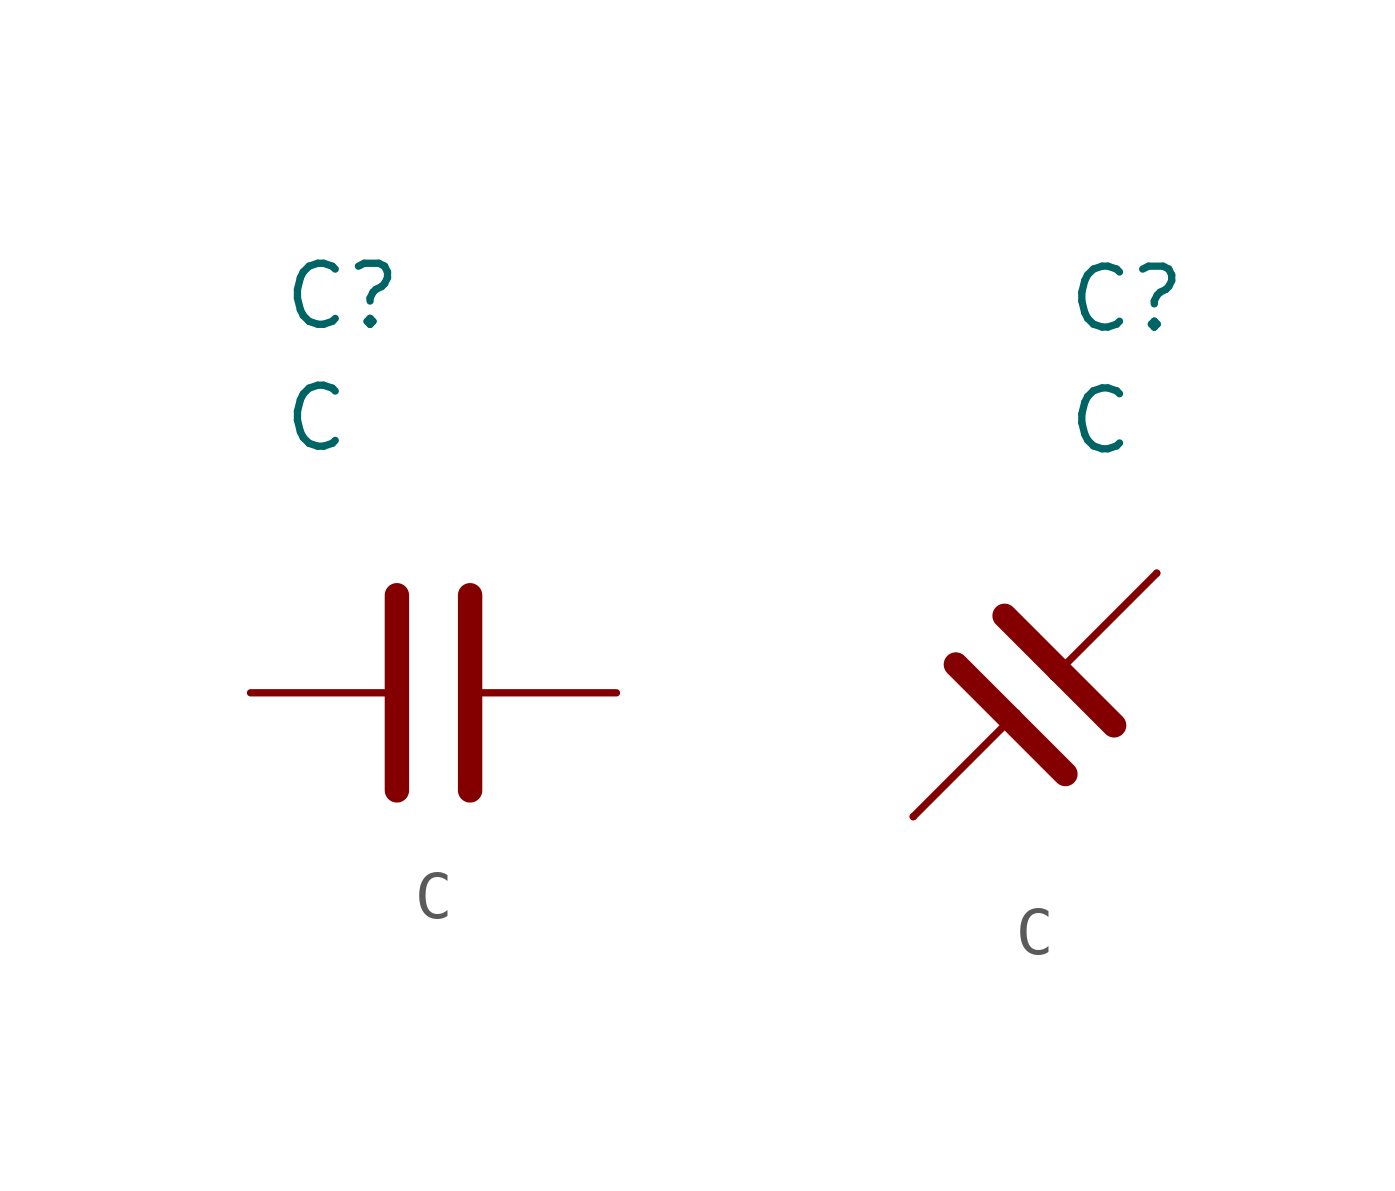
<source format=kicad_sym>
(kicad_symbol_lib
  (version 20241209)
  (generator "kicad_symbol_editor")
  (generator_version "9.0")
  (symbol "C"
    (pin_numbers
      (hide yes))
    (pin_names
      (offset 0.254))
    (property "Reference" "C"
      (at 0.635 8.255 0)
      (effects (font (size 1.27 1.27)) (justify left)))
    (property "Value" "C"
      (at 0.635 5.715 0)
      (effects (font (size 1.27 1.27)) (justify left)))
    (symbol "C_0_1"
      (polyline (pts (xy 3.048 -2.032) (xy 3.048 2.032)) (stroke (width 0.508) (type default)) (fill (type none)))
      (polyline (pts (xy 4.572 -2.032) (xy 4.572 2.032)) (stroke (width 0.508) (type default)) (fill (type none))))
    (symbol "C_0_2"
      (polyline (pts (xy -2.54 -2.54) (xy -0.381 -0.381)) (stroke (width 0) (type default)) (fill (type none)))
      (polyline (pts (xy -0.508 -0.508) (xy -1.651 0.635)) (stroke (width 0.508) (type default)) (fill (type none)))
      (polyline (pts (xy -0.508 -0.508) (xy 0.635 -1.651)) (stroke (width 0.508) (type default)) (fill (type none)))
      (polyline (pts (xy 0.381 0.381) (xy 2.54 2.54)) (stroke (width 0) (type default)) (fill (type none)))
      (polyline (pts (xy 0.508 0.508) (xy -0.635 1.651)) (stroke (width 0.508) (type default)) (fill (type none)))
      (polyline (pts (xy 0.508 0.508) (xy 1.651 -0.635)) (stroke (width 0.508) (type default)) (fill (type none))))
    (symbol "C_1_1"
      (pin passive line (at 0 0 0) (length 2.794) (name "~" (effects (font (size 1.27 1.27)))) (number "1" (effects (font (size 1.27 1.27)))))
      (pin passive line (at 7.62 0 180) (length 2.794) (name "~" (effects (font (size 1.27 1.27)))) (number "2" (effects (font (size 1.27 1.27))))))
    (symbol "C_1_2"
      (pin passive line (at -2.54 -2.54 90) (length 0) (name "~" (effects (font (size 1.27 1.27)))) (number "2" (effects (font (size 1.27 1.27)))))
      (pin passive line (at 2.54 2.54 270) (length 0) (name "~" (effects (font (size 1.27 1.27)))) (number "1" (effects (font (size 1.27 1.27))))))))
</source>
